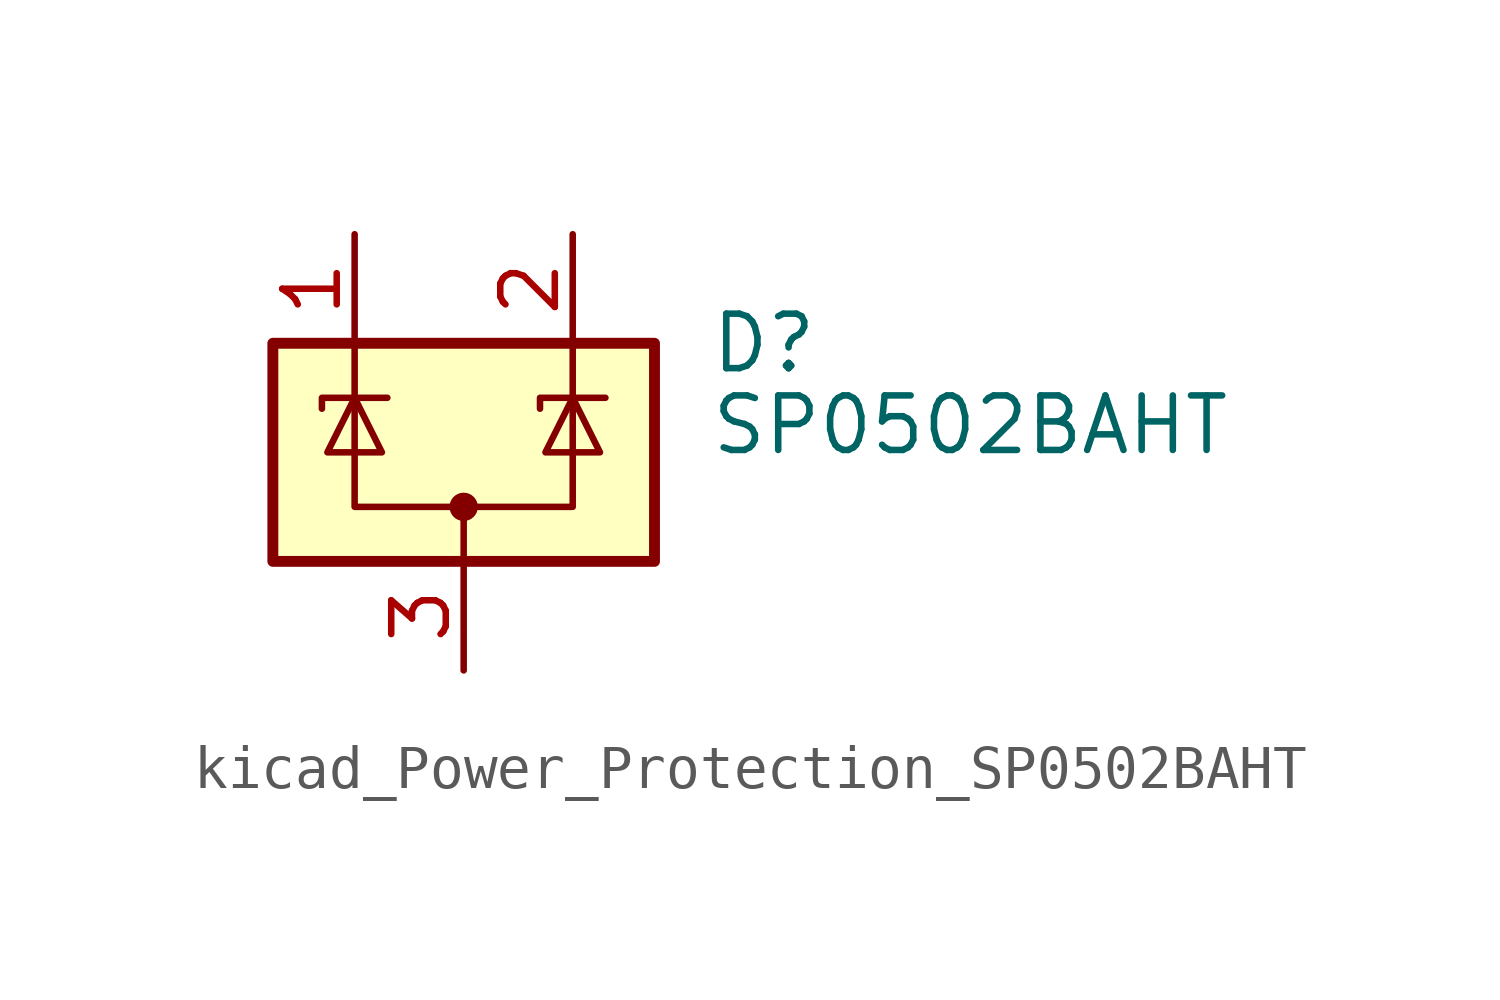
<source format=kicad_sym>
(kicad_symbol_lib
  (version 20220914)
  (generator kicad_symbol_editor)
  (symbol "kicad_Power_Protection_SP0502BAHT"
    (pin_names hide)
    (property "Reference" "D"
      (at 5.715 2.54 0)
      (effects (font (size 1.27 1.27)) (justify left)))
    (property "Value" "SP0502BAHT"
      (at 5.715 0.635 0)
      (effects (font (size 1.27 1.27)) (justify left)))
    (symbol "kicad_Power_Protection_SP0502BAHT_0_0"
      (pin passive line (at 0 -5.08 90) (length 2.54) (name "A" (effects (font (size 1.27 1.27)))) (number "3" (effects (font (size 1.27 1.27))))))
    (symbol "kicad_Power_Protection_SP0502BAHT_0_1"
      (rectangle (start -4.445 2.54) (end 4.445 -2.54) (stroke (width 0.254) (type default)) (fill (type background)))
      (circle (center 0 -1.27) (radius 0.254) (stroke (width 0) (type default)) (fill (type outline)))
      (polyline (pts (xy -2.54 2.54) (xy -2.54 1.27)) (stroke (width 0) (type default)) (fill (type none)))
      (polyline (pts (xy 0 -1.27) (xy 0 -2.54)) (stroke (width 0) (type default)) (fill (type none)))
      (polyline (pts (xy 2.54 2.54) (xy 2.54 1.27)) (stroke (width 0) (type default)) (fill (type none)))
      (polyline (pts (xy -3.302 1.016) (xy -3.302 1.27) (xy -1.905 1.27) (xy -1.778 1.27)) (stroke (width 0) (type default)) (fill (type none)))
      (polyline (pts (xy -2.54 1.27) (xy -2.54 -1.27) (xy 2.54 -1.27) (xy 2.54 1.27)) (stroke (width 0) (type default)) (fill (type none)))
      (polyline (pts (xy -2.54 1.27) (xy -1.905 0) (xy -3.175 0) (xy -2.54 1.27)) (stroke (width 0) (type default)) (fill (type none)))
      (polyline (pts (xy 1.778 1.016) (xy 1.778 1.27) (xy 3.175 1.27) (xy 3.302 1.27)) (stroke (width 0) (type default)) (fill (type none)))
      (polyline (pts (xy 2.54 1.27) (xy 1.905 0) (xy 3.175 0) (xy 2.54 1.27)) (stroke (width 0) (type default)) (fill (type none))))
    (symbol "kicad_Power_Protection_SP0502BAHT_1_1"
      (pin passive line (at -2.54 5.08 270) (length 2.54) (name "K" (effects (font (size 1.27 1.27)))) (number "1" (effects (font (size 1.27 1.27)))))
      (pin passive line (at 2.54 5.08 270) (length 2.54) (name "K" (effects (font (size 1.27 1.27)))) (number "2" (effects (font (size 1.27 1.27))))))))
</source>
